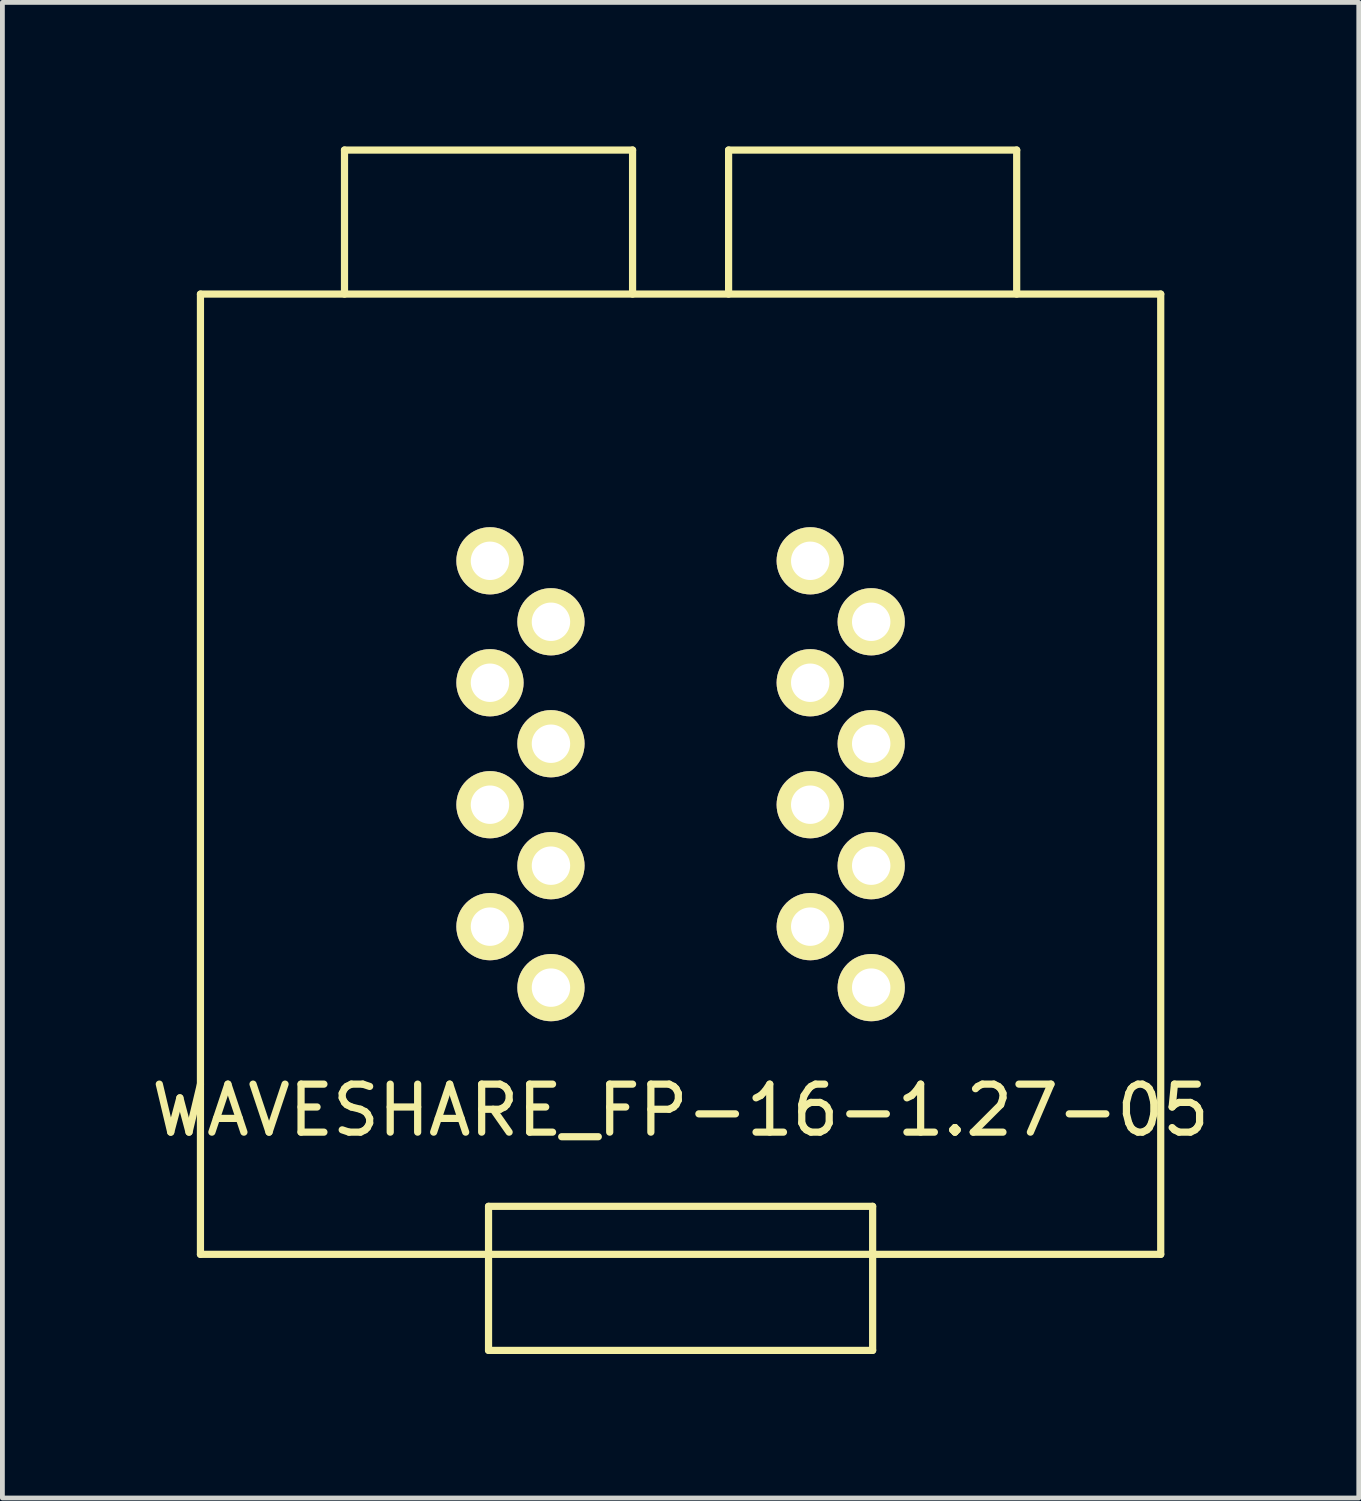
<source format=kicad_pcb>
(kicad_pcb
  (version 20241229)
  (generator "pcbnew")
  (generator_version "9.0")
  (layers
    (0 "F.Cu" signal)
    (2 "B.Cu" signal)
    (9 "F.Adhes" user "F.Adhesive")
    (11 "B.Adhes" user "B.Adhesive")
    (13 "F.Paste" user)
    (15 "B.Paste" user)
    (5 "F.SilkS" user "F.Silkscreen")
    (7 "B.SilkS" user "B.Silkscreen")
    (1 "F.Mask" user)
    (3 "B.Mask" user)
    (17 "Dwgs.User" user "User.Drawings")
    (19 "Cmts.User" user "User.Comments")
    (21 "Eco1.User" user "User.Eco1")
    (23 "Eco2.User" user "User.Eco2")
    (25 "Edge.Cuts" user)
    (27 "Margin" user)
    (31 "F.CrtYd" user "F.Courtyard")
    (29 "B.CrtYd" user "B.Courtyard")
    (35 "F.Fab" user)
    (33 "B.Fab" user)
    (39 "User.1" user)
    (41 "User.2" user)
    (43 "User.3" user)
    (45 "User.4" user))
  (footprint "WAVESHARE_FP-16-1.27-05"
    (layer "F.Cu")
    (at 11.125 13.075)
    (property "Reference" "WAVESHARE_FP-16-1.27-05" (at 0 7 0) (layer "F.SilkS") (effects (font (size 1 1) (thickness 0.15))))
    (attr through_hole)
    (fp_line (start -10 -10) (end 10 -10) (stroke (width 0.15) (type solid)) (layer "F.SilkS"))
    (fp_line (start -10 10) (end -10 -10) (stroke (width 0.15) (type solid)) (layer "F.SilkS"))
    (fp_line (start -7 -13) (end -7 -10) (stroke (width 0.15) (type solid)) (layer "F.SilkS"))
    (fp_line (start -4 9) (end 4 9) (stroke (width 0.15) (type solid)) (layer "F.SilkS"))
    (fp_line (start -4 12) (end -4 9) (stroke (width 0.15) (type solid)) (layer "F.SilkS"))
    (fp_line (start -1 -13) (end -7 -13) (stroke (width 0.15) (type solid)) (layer "F.SilkS"))
    (fp_line (start -1 -10) (end -1 -13) (stroke (width 0.15) (type solid)) (layer "F.SilkS"))
    (fp_line (start 1 -13) (end 1 -10) (stroke (width 0.15) (type solid)) (layer "F.SilkS"))
    (fp_line (start 4 9) (end 4 12) (stroke (width 0.15) (type solid)) (layer "F.SilkS"))
    (fp_line (start 4 12) (end -4 12) (stroke (width 0.15) (type solid)) (layer "F.SilkS"))
    (fp_line (start 7 -13) (end 1 -13) (stroke (width 0.15) (type solid)) (layer "F.SilkS"))
    (fp_line (start 7 -10) (end 7 -13) (stroke (width 0.15) (type solid)) (layer "F.SilkS"))
    (fp_line (start 10 -10) (end 10 10) (stroke (width 0.15) (type solid)) (layer "F.SilkS"))
    (fp_line (start 10 10) (end -10 10) (stroke (width 0.15) (type solid)) (layer "F.SilkS"))
    (pad "1" thru_hole circle (at -3.97 -4.445) (size 1.4 1.4) (drill 0.8) (layers "*.Cu" "*.Mask" "F.SilkS"))
    (pad "2" thru_hole circle (at -2.7 -3.175) (size 1.4 1.4) (drill 0.8) (layers "*.Cu" "*.Mask" "F.SilkS"))
    (pad "3" thru_hole circle (at -3.97 -1.905) (size 1.4 1.4) (drill 0.8) (layers "*.Cu" "*.Mask" "F.SilkS"))
    (pad "4" thru_hole circle (at -2.7 -0.635) (size 1.4 1.4) (drill 0.8) (layers "*.Cu" "*.Mask" "F.SilkS"))
    (pad "5" thru_hole circle (at -3.97 0.635) (size 1.4 1.4) (drill 0.8) (layers "*.Cu" "*.Mask" "F.SilkS"))
    (pad "6" thru_hole circle (at -2.7 1.905) (size 1.4 1.4) (drill 0.8) (layers "*.Cu" "*.Mask" "F.SilkS"))
    (pad "7" thru_hole circle (at -3.97 3.175) (size 1.4 1.4) (drill 0.8) (layers "*.Cu" "*.Mask" "F.SilkS"))
    (pad "8" thru_hole circle (at -2.7 4.445) (size 1.4 1.4) (drill 0.8) (layers "*.Cu" "*.Mask" "F.SilkS"))
    (pad "9" thru_hole circle (at 3.97 4.445) (size 1.4 1.4) (drill 0.8) (layers "*.Cu" "*.Mask" "F.SilkS"))
    (pad "10" thru_hole circle (at 2.7 3.175) (size 1.4 1.4) (drill 0.8) (layers "*.Cu" "*.Mask" "F.SilkS"))
    (pad "11" thru_hole circle (at 3.97 1.905) (size 1.4 1.4) (drill 0.8) (layers "*.Cu" "*.Mask" "F.SilkS"))
    (pad "12" thru_hole circle (at 2.7 0.635) (size 1.4 1.4) (drill 0.8) (layers "*.Cu" "*.Mask" "F.SilkS"))
    (pad "13" thru_hole circle (at 3.97 -0.635) (size 1.4 1.4) (drill 0.8) (layers "*.Cu" "*.Mask" "F.SilkS"))
    (pad "14" thru_hole circle (at 2.7 -1.905) (size 1.4 1.4) (drill 0.8) (layers "*.Cu" "*.Mask" "F.SilkS"))
    (pad "15" thru_hole circle (at 3.97 -3.175) (size 1.4 1.4) (drill 0.8) (layers "*.Cu" "*.Mask" "F.SilkS"))
    (pad "16" thru_hole circle (at 2.7 -4.445) (size 1.4 1.4) (drill 0.8) (layers "*.Cu" "*.Mask" "F.SilkS")))
  (gr_rect
    (start -3 -3)
    (end 25.25 28.15)
    (stroke (width 0.1) (type default))
    (fill no)
    (layer "Edge.Cuts")))
</source>
